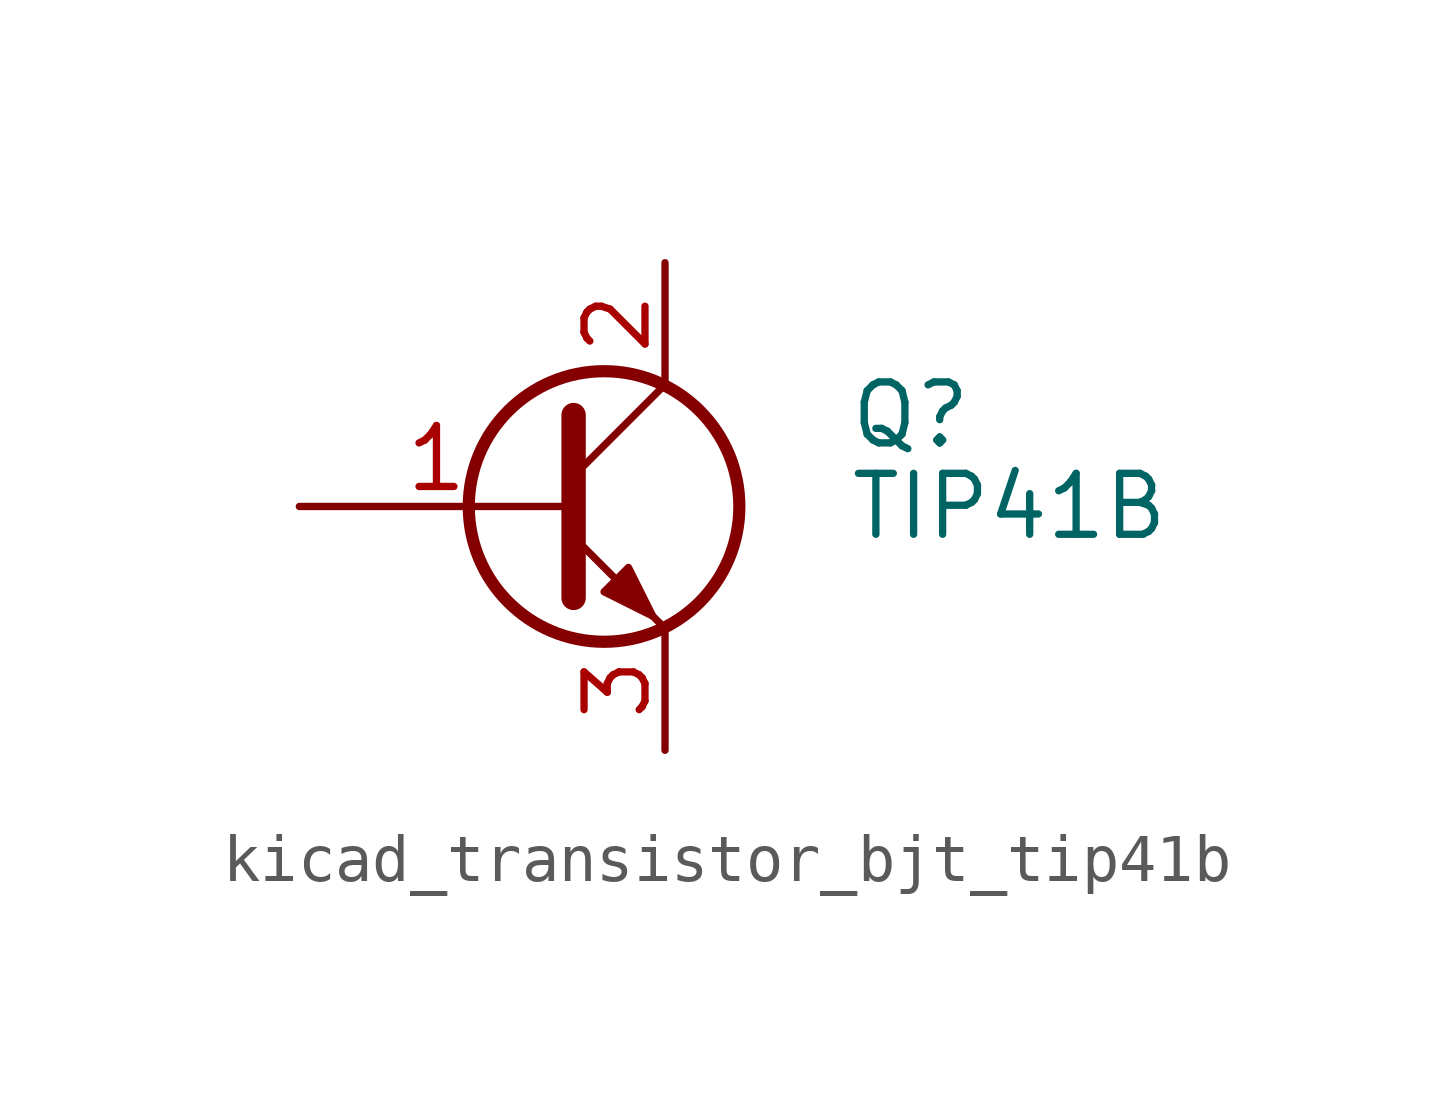
<source format=kicad_sym>
(kicad_symbol_lib
  (version 20220914)
  (generator kicad_symbol_editor)
  (symbol "kicad_transistor_bjt_tip41b"
    (pin_names
      (offset 0) hide)
    (property "Reference" "Q"
      (at 6.35 1.905 0)
      (effects (font (size 1.27 1.27)) (justify left)))
    (property "Value" "TIP41B"
      (at 6.35 0 0)
      (effects (font (size 1.27 1.27)) (justify left)))
    (symbol "kicad_transistor_bjt_tip41b_0_1"
      (polyline (pts (xy 0.635 0.635) (xy 2.54 2.54)) (stroke (width 0) (type default)) (fill (type none)))
      (polyline (pts (xy 0.635 -0.635) (xy 2.54 -2.54) (xy 2.54 -2.54)) (stroke (width 0) (type default)) (fill (type none)))
      (polyline (pts (xy 0.635 1.905) (xy 0.635 -1.905) (xy 0.635 -1.905)) (stroke (width 0.508) (type default)) (fill (type none)))
      (polyline (pts (xy 1.27 -1.778) (xy 1.778 -1.27) (xy 2.286 -2.286) (xy 1.27 -1.778) (xy 1.27 -1.778)) (stroke (width 0) (type default)) (fill (type outline)))
      (circle (center 1.27 0) (radius 2.819) (stroke (width 0.254) (type default)) (fill (type none))))
    (symbol "kicad_transistor_bjt_tip41b_1_1"
      (pin input line (at -5.08 0 0) (length 5.715) (name "B" (effects (font (size 1.27 1.27)))) (number "1" (effects (font (size 1.27 1.27)))))
      (pin passive line (at 2.54 5.08 270) (length 2.54) (name "C" (effects (font (size 1.27 1.27)))) (number "2" (effects (font (size 1.27 1.27)))))
      (pin passive line (at 2.54 -5.08 90) (length 2.54) (name "E" (effects (font (size 1.27 1.27)))) (number "3" (effects (font (size 1.27 1.27))))))))
</source>
